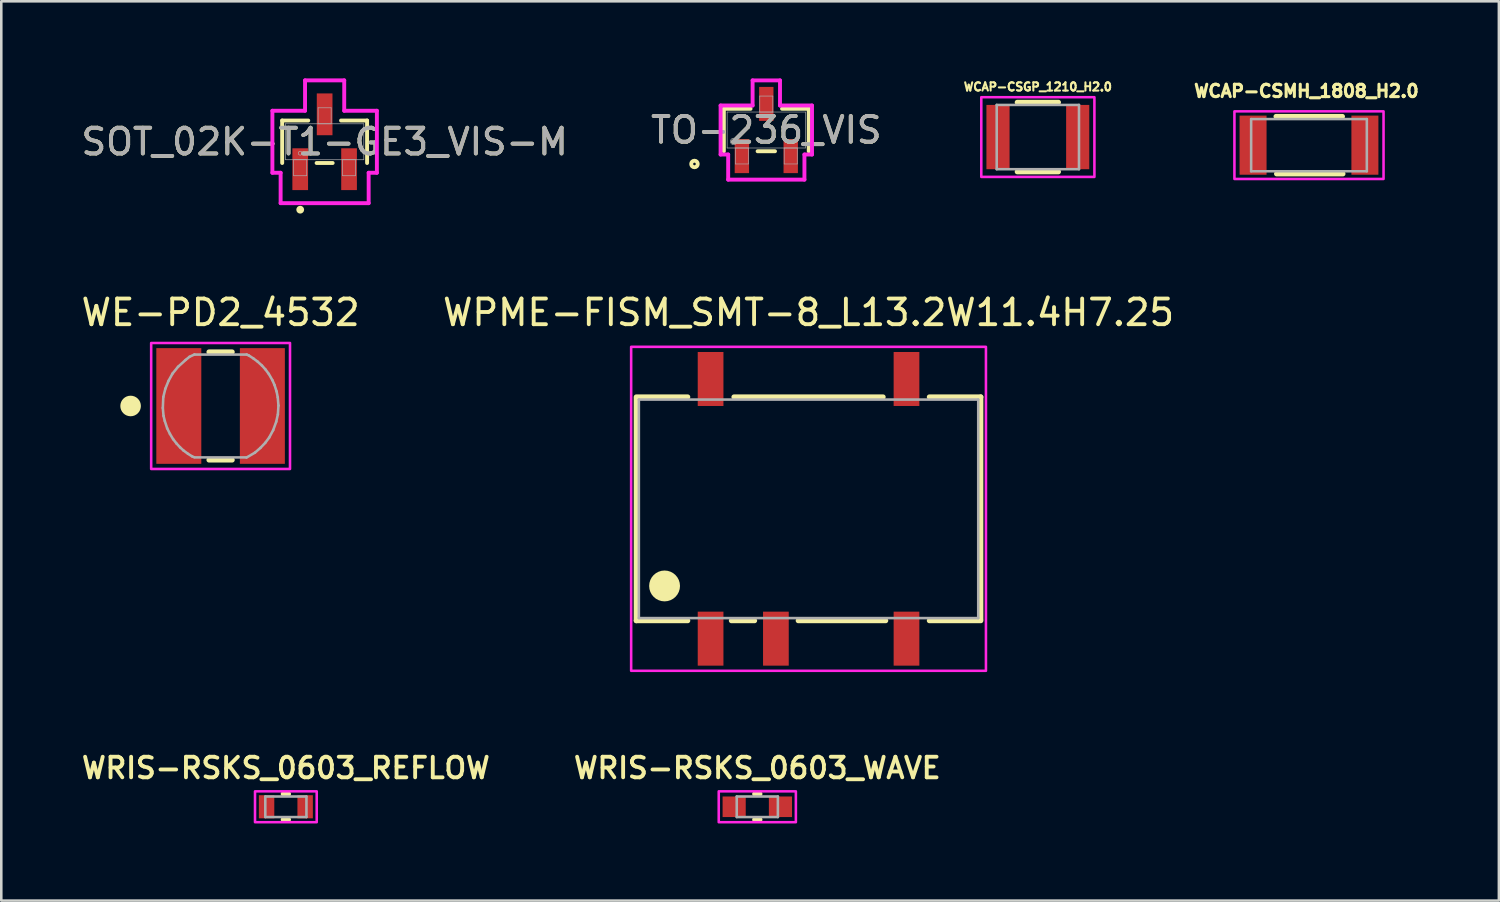
<source format=kicad_pcb>
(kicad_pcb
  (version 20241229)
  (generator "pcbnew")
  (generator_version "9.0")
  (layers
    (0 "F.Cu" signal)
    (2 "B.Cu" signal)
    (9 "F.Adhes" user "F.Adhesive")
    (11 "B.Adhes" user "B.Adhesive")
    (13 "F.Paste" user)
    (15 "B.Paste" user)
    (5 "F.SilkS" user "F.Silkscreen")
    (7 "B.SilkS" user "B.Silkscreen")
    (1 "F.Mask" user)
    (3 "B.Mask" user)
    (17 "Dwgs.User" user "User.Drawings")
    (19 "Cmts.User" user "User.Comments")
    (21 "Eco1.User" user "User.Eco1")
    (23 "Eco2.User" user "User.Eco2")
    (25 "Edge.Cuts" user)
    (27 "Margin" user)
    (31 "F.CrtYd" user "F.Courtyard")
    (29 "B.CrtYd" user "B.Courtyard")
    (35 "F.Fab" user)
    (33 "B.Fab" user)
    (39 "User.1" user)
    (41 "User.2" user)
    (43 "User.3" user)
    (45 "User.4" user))
  (footprint "WCAP-CSGP_1210_H2.0"
    (layer "F.Cu")
    (at 37.318 2.281)
    (property "Reference" "WCAP-CSGP_1210_H2.0" (at 0 -1.953 0) (layer "F.SilkS") (effects (font (size 0.32 0.32) (thickness 0.15))))
    (attr smd)
    (fp_line (start -0.8 -1.35) (end 0.8 -1.35) (stroke (width 0.2) (type solid)) (layer "F.SilkS"))
    (fp_line (start 0.8 1.35) (end -0.8 1.35) (stroke (width 0.2) (type solid)) (layer "F.SilkS"))
    (fp_poly (pts (xy -2.2 -1.55) (xy 2.2 -1.55) (xy 2.2 1.55) (xy -2.2 1.55)) (stroke (width 0.1) (type solid)) (fill no) (layer "F.CrtYd"))
    (fp_line (start -1.6 -1.25) (end -1.6 1.25) (stroke (width 0.1) (type solid)) (layer "F.Fab"))
    (fp_line (start -1.6 -1.25) (end 1.6 -1.25) (stroke (width 0.1) (type solid)) (layer "F.Fab"))
    (fp_line (start -1.6 1.25) (end 1.6 1.25) (stroke (width 0.1) (type solid)) (layer "F.Fab"))
    (fp_line (start 1.6 1.25) (end 1.6 -1.25) (stroke (width 0.1) (type solid)) (layer "F.Fab"))
    (pad "1" smd rect (at -1.55 0) (size 0.9 2.5) (layers "F.Cu" "F.Mask" "F.Paste"))
    (pad "2" smd rect (at 1.55 0) (size 0.9 2.5) (layers "F.Cu" "F.Mask" "F.Paste")))
  (footprint "TO-236_VIS"
    (layer "F.Cu")
    (at 26.756 2.007)
    (property "Reference" "TO-236_VIS" (at 0 0 0) (unlocked yes) (layer "F.SilkS") (effects (font (size 1 1) (thickness 0.15))))
    (attr smd)
    (fp_line (start -1.651 -0.826) (end -1.651 0.826) (stroke (width 0.152) (type solid)) (layer "F.SilkS"))
    (fp_line (start -0.612 -0.826) (end -1.651 -0.826) (stroke (width 0.152) (type solid)) (layer "F.SilkS"))
    (fp_line (start -0.338 0.826) (end 0.338 0.826) (stroke (width 0.152) (type solid)) (layer "F.SilkS"))
    (fp_line (start 1.651 -0.826) (end 0.612 -0.826) (stroke (width 0.152) (type solid)) (layer "F.SilkS"))
    (fp_line (start 1.651 0.826) (end 1.651 -0.826) (stroke (width 0.152) (type solid)) (layer "F.SilkS"))
    (fp_circle (center -2.794 1.321) (end -2.667 1.321) (stroke (width 0.152) (type solid)) (fill no) (layer "F.SilkS"))
    (fp_line (start -1.778 -0.953) (end -0.533 -0.953) (stroke (width 0.152) (type solid)) (layer "F.CrtYd"))
    (fp_line (start -1.778 0.953) (end -1.778 -0.953) (stroke (width 0.152) (type solid)) (layer "F.CrtYd"))
    (fp_line (start -1.778 0.953) (end -1.483 0.953) (stroke (width 0.152) (type solid)) (layer "F.CrtYd"))
    (fp_line (start -1.483 0.953) (end -1.483 1.93) (stroke (width 0.152) (type solid)) (layer "F.CrtYd"))
    (fp_line (start -1.483 1.93) (end 1.483 1.93) (stroke (width 0.152) (type solid)) (layer "F.CrtYd"))
    (fp_line (start -0.533 -1.93) (end 0.533 -1.93) (stroke (width 0.152) (type solid)) (layer "F.CrtYd"))
    (fp_line (start -0.533 -0.953) (end -0.533 -1.93) (stroke (width 0.152) (type solid)) (layer "F.CrtYd"))
    (fp_line (start 0.533 -0.953) (end 0.533 -1.93) (stroke (width 0.152) (type solid)) (layer "F.CrtYd"))
    (fp_line (start 1.483 0.953) (end 1.483 1.93) (stroke (width 0.152) (type solid)) (layer "F.CrtYd"))
    (fp_line (start 1.778 -0.953) (end 0.533 -0.953) (stroke (width 0.152) (type solid)) (layer "F.CrtYd"))
    (fp_line (start 1.778 -0.953) (end 1.778 0.953) (stroke (width 0.152) (type solid)) (layer "F.CrtYd"))
    (fp_line (start 1.778 0.953) (end 1.483 0.953) (stroke (width 0.152) (type solid)) (layer "F.CrtYd"))
    (fp_line (start -1.524 -0.699) (end -1.524 0.699) (stroke (width 0.025) (type solid)) (layer "F.Fab"))
    (fp_line (start -1.524 0.699) (end 1.524 0.699) (stroke (width 0.025) (type solid)) (layer "F.Fab"))
    (fp_line (start -1.204 0.699) (end -1.204 1.321) (stroke (width 0.025) (type solid)) (layer "F.Fab"))
    (fp_line (start -1.204 1.321) (end -0.696 1.321) (stroke (width 0.025) (type solid)) (layer "F.Fab"))
    (fp_line (start -0.696 0.699) (end -1.204 0.699) (stroke (width 0.025) (type solid)) (layer "F.Fab"))
    (fp_line (start -0.696 1.321) (end -0.696 0.699) (stroke (width 0.025) (type solid)) (layer "F.Fab"))
    (fp_line (start -0.254 -1.321) (end -0.254 -0.699) (stroke (width 0.025) (type solid)) (layer "F.Fab"))
    (fp_line (start -0.254 -0.699) (end 0.254 -0.699) (stroke (width 0.025) (type solid)) (layer "F.Fab"))
    (fp_line (start 0.254 -1.321) (end -0.254 -1.321) (stroke (width 0.025) (type solid)) (layer "F.Fab"))
    (fp_line (start 0.254 -0.699) (end 0.254 -1.321) (stroke (width 0.025) (type solid)) (layer "F.Fab"))
    (fp_line (start 0.696 0.699) (end 0.696 1.321) (stroke (width 0.025) (type solid)) (layer "F.Fab"))
    (fp_line (start 0.696 1.321) (end 1.204 1.321) (stroke (width 0.025) (type solid)) (layer "F.Fab"))
    (fp_line (start 1.204 0.699) (end 0.696 0.699) (stroke (width 0.025) (type solid)) (layer "F.Fab"))
    (fp_line (start 1.204 1.321) (end 1.204 0.699) (stroke (width 0.025) (type solid)) (layer "F.Fab"))
    (fp_line (start 1.524 -0.699) (end -1.524 -0.699) (stroke (width 0.025) (type solid)) (layer "F.Fab"))
    (fp_line (start 1.524 0.699) (end 1.524 -0.699) (stroke (width 0.025) (type solid)) (layer "F.Fab"))
    (fp_circle (center -1.27 0.445) (end -1.143 0.445) (stroke (width 0.025) (type solid)) (fill no) (layer "F.Fab"))
    (fp_text user "${REFERENCE}" (at 0 0 0) (unlocked yes) (layer "F.Fab") (effects (font (size 1 1) (thickness 0.15))))
    (pad "1" smd rect (at -0.95 1.016) (size 0.559 1.321) (layers "F.Cu" "F.Mask" "F.Paste"))
    (pad "2" smd rect (at 0.95 1.016) (size 0.559 1.321) (layers "F.Cu" "F.Mask" "F.Paste"))
    (pad "3" smd rect (at 0 -1.016) (size 0.559 1.321) (layers "F.Cu" "F.Mask" "F.Paste")))
  (footprint "WRIS-RSKS_0603_REFLOW"
    (layer "F.Cu")
    (at 8.069 28.33)
    (property "Reference" "WRIS-RSKS_0603_REFLOW" (at 0 -1.508 0) (layer "F.SilkS") (effects (font (size 0.8 0.8) (thickness 0.15))))
    (attr smd)
    (fp_line (start -0.1 -0.5) (end 0.1 -0.5) (stroke (width 0.2) (type solid)) (layer "F.SilkS"))
    (fp_line (start -0.1 0.5) (end 0.1 0.5) (stroke (width 0.2) (type solid)) (layer "F.SilkS"))
    (fp_poly (pts (xy -1.2 -0.6) (xy 1.2 -0.6) (xy 1.2 0.6) (xy -1.2 0.6)) (stroke (width 0.1) (type solid)) (fill no) (layer "F.CrtYd"))
    (fp_line (start -0.8 -0.4) (end 0.8 -0.4) (stroke (width 0.1) (type solid)) (layer "F.Fab"))
    (fp_line (start -0.8 0.4) (end -0.8 -0.4) (stroke (width 0.1) (type solid)) (layer "F.Fab"))
    (fp_line (start 0.8 -0.4) (end 0.8 0.4) (stroke (width 0.1) (type solid)) (layer "F.Fab"))
    (fp_line (start 0.8 0.4) (end -0.8 0.4) (stroke (width 0.1) (type solid)) (layer "F.Fab"))
    (pad "1" smd rect (at -0.75 0) (size 0.6 0.9) (layers "F.Cu" "F.Mask" "F.Paste"))
    (pad "2" smd rect (at 0.75 0) (size 0.6 0.9) (layers "F.Cu" "F.Mask" "F.Paste")))
  (footprint "SOT_02K-T1-GE3_VIS-M"
    (layer "F.Cu")
    (at 9.577 2.464)
    (property "Reference" "SOT_02K-T1-GE3_VIS-M" (at 0 0 0) (unlocked yes) (layer "F.SilkS") (effects (font (size 1 1) (thickness 0.15))))
    (attr smd)
    (fp_line (start -1.651 -0.826) (end -1.651 0.826) (stroke (width 0.152) (type solid)) (layer "F.SilkS"))
    (fp_line (start -0.638 -0.826) (end -1.651 -0.826) (stroke (width 0.152) (type solid)) (layer "F.SilkS"))
    (fp_line (start -0.312 0.826) (end 0.312 0.826) (stroke (width 0.152) (type solid)) (layer "F.SilkS"))
    (fp_line (start 1.651 -0.826) (end 0.638 -0.826) (stroke (width 0.152) (type solid)) (layer "F.SilkS"))
    (fp_line (start 1.651 0.826) (end 1.651 -0.826) (stroke (width 0.152) (type solid)) (layer "F.SilkS"))
    (fp_circle (center -0.95 2.642) (end -0.874 2.642) (stroke (width 0.152) (type solid)) (fill no) (layer "F.SilkS"))
    (fp_line (start -2.032 -1.206) (end -0.762 -1.206) (stroke (width 0.152) (type solid)) (layer "F.CrtYd"))
    (fp_line (start -2.032 1.206) (end -2.032 -1.206) (stroke (width 0.152) (type solid)) (layer "F.CrtYd"))
    (fp_line (start -2.032 1.206) (end -1.712 1.206) (stroke (width 0.152) (type solid)) (layer "F.CrtYd"))
    (fp_line (start -1.712 1.206) (end -1.712 2.388) (stroke (width 0.152) (type solid)) (layer "F.CrtYd"))
    (fp_line (start -1.712 2.388) (end 1.712 2.388) (stroke (width 0.152) (type solid)) (layer "F.CrtYd"))
    (fp_line (start -0.762 -2.388) (end 0.762 -2.388) (stroke (width 0.152) (type solid)) (layer "F.CrtYd"))
    (fp_line (start -0.762 -1.206) (end -0.762 -2.388) (stroke (width 0.152) (type solid)) (layer "F.CrtYd"))
    (fp_line (start 0.762 -1.206) (end 0.762 -2.388) (stroke (width 0.152) (type solid)) (layer "F.CrtYd"))
    (fp_line (start 1.712 1.206) (end 1.712 2.388) (stroke (width 0.152) (type solid)) (layer "F.CrtYd"))
    (fp_line (start 2.032 -1.206) (end 0.762 -1.206) (stroke (width 0.152) (type solid)) (layer "F.CrtYd"))
    (fp_line (start 2.032 -1.206) (end 2.032 1.206) (stroke (width 0.152) (type solid)) (layer "F.CrtYd"))
    (fp_line (start 2.032 1.206) (end 1.712 1.206) (stroke (width 0.152) (type solid)) (layer "F.CrtYd"))
    (fp_line (start -1.524 -0.699) (end -1.524 0.699) (stroke (width 0.025) (type solid)) (layer "F.Fab"))
    (fp_line (start -1.524 0.699) (end 1.524 0.699) (stroke (width 0.025) (type solid)) (layer "F.Fab"))
    (fp_line (start -1.204 0.699) (end -1.204 1.321) (stroke (width 0.025) (type solid)) (layer "F.Fab"))
    (fp_line (start -1.204 1.321) (end -0.696 1.321) (stroke (width 0.025) (type solid)) (layer "F.Fab"))
    (fp_line (start -0.696 0.699) (end -1.204 0.699) (stroke (width 0.025) (type solid)) (layer "F.Fab"))
    (fp_line (start -0.696 1.321) (end -0.696 0.699) (stroke (width 0.025) (type solid)) (layer "F.Fab"))
    (fp_line (start -0.254 -1.321) (end -0.254 -0.699) (stroke (width 0.025) (type solid)) (layer "F.Fab"))
    (fp_line (start -0.254 -0.699) (end 0.254 -0.699) (stroke (width 0.025) (type solid)) (layer "F.Fab"))
    (fp_line (start 0.254 -1.321) (end -0.254 -1.321) (stroke (width 0.025) (type solid)) (layer "F.Fab"))
    (fp_line (start 0.254 -0.699) (end 0.254 -1.321) (stroke (width 0.025) (type solid)) (layer "F.Fab"))
    (fp_line (start 0.696 0.699) (end 0.696 1.321) (stroke (width 0.025) (type solid)) (layer "F.Fab"))
    (fp_line (start 0.696 1.321) (end 1.204 1.321) (stroke (width 0.025) (type solid)) (layer "F.Fab"))
    (fp_line (start 1.204 0.699) (end 0.696 0.699) (stroke (width 0.025) (type solid)) (layer "F.Fab"))
    (fp_line (start 1.204 1.321) (end 1.204 0.699) (stroke (width 0.025) (type solid)) (layer "F.Fab"))
    (fp_line (start 1.524 -0.699) (end -1.524 -0.699) (stroke (width 0.025) (type solid)) (layer "F.Fab"))
    (fp_line (start 1.524 0.699) (end 1.524 -0.699) (stroke (width 0.025) (type solid)) (layer "F.Fab"))
    (fp_circle (center -0.95 0.445) (end -0.874 0.445) (stroke (width 0.025) (type solid)) (fill no) (layer "F.Fab"))
    (fp_text user "${REFERENCE}" (at 0 0 0) (unlocked yes) (layer "F.Fab") (effects (font (size 1 1) (thickness 0.15))))
    (pad "1" smd rect (at -0.95 1.067) (size 0.61 1.626) (layers "F.Cu" "F.Mask" "F.Paste"))
    (pad "2" smd rect (at 0.95 1.067) (size 0.61 1.626) (layers "F.Cu" "F.Mask" "F.Paste"))
    (pad "3" smd rect (at 0 -1.067) (size 0.61 1.626) (layers "F.Cu" "F.Mask" "F.Paste")))
  (footprint "WPME-FISM_SMT-8_L13.2W11.4H7.25"
    (layer "F.Cu")
    (at 28.399 16.741)
    (property "Reference" "WPME-FISM_SMT-8_L13.2W11.4H7.25" (at 0 -7.635 0) (layer "F.SilkS") (effects (font (size 1 1) (thickness 0.15))))
    (attr smd)
    (fp_line (start -6.7 -4.35) (end -4.7 -4.35) (stroke (width 0.2) (type solid)) (layer "F.SilkS"))
    (fp_line (start -6.7 -4.3) (end -6.7 4.35) (stroke (width 0.2) (type solid)) (layer "F.SilkS"))
    (fp_line (start -6.7 4.35) (end -4.7 4.35) (stroke (width 0.2) (type solid)) (layer "F.SilkS"))
    (fp_line (start -2.1 4.35) (end -3 4.35) (stroke (width 0.2) (type solid)) (layer "F.SilkS"))
    (fp_line (start 2.9 -4.35) (end -2.9 -4.35) (stroke (width 0.2) (type solid)) (layer "F.SilkS"))
    (fp_line (start 3 4.35) (end -0.4 4.35) (stroke (width 0.2) (type solid)) (layer "F.SilkS"))
    (fp_line (start 6.7 -4.35) (end 4.7 -4.35) (stroke (width 0.2) (type solid)) (layer "F.SilkS"))
    (fp_line (start 6.7 4.3) (end 6.7 -4.35) (stroke (width 0.2) (type solid)) (layer "F.SilkS"))
    (fp_line (start 6.7 4.35) (end 4.7 4.35) (stroke (width 0.2) (type solid)) (layer "F.SilkS"))
    (fp_circle (center -5.6 3) (end -5.3 3) (stroke (width 0.6) (type solid)) (fill no) (layer "F.SilkS"))
    (fp_poly (pts (xy -6.9 -6.3) (xy 6.9 -6.3) (xy 6.9 6.3) (xy -6.9 6.3)) (stroke (width 0.1) (type solid)) (fill no) (layer "F.CrtYd"))
    (fp_line (start -6.6 -4.25) (end 6.6 -4.25) (stroke (width 0.1) (type solid)) (layer "F.Fab"))
    (fp_line (start -6.6 4.25) (end -6.6 -4.25) (stroke (width 0.1) (type solid)) (layer "F.Fab"))
    (fp_line (start 6.6 -4.25) (end 6.6 4.25) (stroke (width 0.1) (type solid)) (layer "F.Fab"))
    (fp_line (start 6.6 4.25) (end -6.6 4.25) (stroke (width 0.1) (type solid)) (layer "F.Fab"))
    (pad "1" smd rect (at -3.81 5.05) (size 1 2.1) (layers "F.Cu" "F.Mask" "F.Paste"))
    (pad "2" smd rect (at -1.27 5.05) (size 1 2.1) (layers "F.Cu" "F.Mask" "F.Paste"))
    (pad "4" smd rect (at 3.81 5.05) (size 1 2.1) (layers "F.Cu" "F.Mask" "F.Paste"))
    (pad "5" smd rect (at 3.81 -5.05) (size 1 2.1) (layers "F.Cu" "F.Mask" "F.Paste"))
    (pad "8" smd rect (at -3.81 -5.05) (size 1 2.1) (layers "F.Cu" "F.Mask" "F.Paste")))
  (footprint "WRIS-RSKS_0603_WAVE"
    (layer "F.Cu")
    (at 26.406 28.33)
    (property "Reference" "WRIS-RSKS_0603_WAVE" (at 0 -1.508 0) (layer "F.SilkS") (effects (font (size 0.8 0.8) (thickness 0.15))))
    (attr smd)
    (fp_line (start -0.1 -0.5) (end 0.1 -0.5) (stroke (width 0.2) (type solid)) (layer "F.SilkS"))
    (fp_line (start -0.1 0.5) (end 0.1 0.5) (stroke (width 0.2) (type solid)) (layer "F.SilkS"))
    (fp_poly (pts (xy -1.5 -0.6) (xy 1.5 -0.6) (xy 1.5 0.6) (xy -1.5 0.6)) (stroke (width 0.1) (type solid)) (fill no) (layer "F.CrtYd"))
    (fp_line (start -0.8 -0.4) (end 0.8 -0.4) (stroke (width 0.1) (type solid)) (layer "F.Fab"))
    (fp_line (start -0.8 0.4) (end -0.8 -0.4) (stroke (width 0.1) (type solid)) (layer "F.Fab"))
    (fp_line (start 0.8 -0.4) (end 0.8 0.4) (stroke (width 0.1) (type solid)) (layer "F.Fab"))
    (fp_line (start 0.8 0.4) (end -0.8 0.4) (stroke (width 0.1) (type solid)) (layer "F.Fab"))
    (pad "1" smd rect (at -0.9 0) (size 0.9 0.8) (layers "F.Cu" "F.Mask" "F.Paste"))
    (pad "2" smd rect (at 0.9 0) (size 0.9 0.8) (layers "F.Cu" "F.Mask" "F.Paste")))
  (footprint "WCAP-CSMH_1808_H2.0"
    (layer "F.Cu")
    (at 47.864 2.596)
    (property "Reference" "WCAP-CSMH_1808_H2.0" (at -0.1 -2.105 0) (layer "F.SilkS") (effects (font (size 0.48 0.48) (thickness 0.15))))
    (attr smd)
    (fp_line (start -1.28 -1.115) (end 1.3 -1.115) (stroke (width 0.2) (type solid)) (layer "F.SilkS"))
    (fp_line (start -1.26 1.115) (end 1.32 1.115) (stroke (width 0.2) (type solid)) (layer "F.SilkS"))
    (fp_poly (pts (xy -2.9 -1.315) (xy 2.9 -1.315) (xy 2.9 1.315) (xy -2.9 1.315)) (stroke (width 0.1) (type solid)) (fill no) (layer "F.CrtYd"))
    (fp_line (start -2.25 -1.015) (end 2.25 -1.015) (stroke (width 0.1) (type solid)) (layer "F.Fab"))
    (fp_line (start -2.25 1.015) (end -2.25 -1.015) (stroke (width 0.1) (type solid)) (layer "F.Fab"))
    (fp_line (start 2.25 -1.015) (end 2.25 1.015) (stroke (width 0.1) (type solid)) (layer "F.Fab"))
    (fp_line (start 2.25 1.015) (end -2.25 1.015) (stroke (width 0.1) (type solid)) (layer "F.Fab"))
    (pad "1" smd rect (at -2.175 0) (size 1.05 2.3) (layers "F.Cu" "F.Mask" "F.Paste"))
    (pad "2" smd rect (at 2.175 0) (size 1.05 2.3) (layers "F.Cu" "F.Mask" "F.Paste")))
  (footprint "WE-PD2_4532"
    (layer "F.Cu")
    (at 5.53 12.741)
    (property "Reference" "WE-PD2_4532" (at 0 -3.635 0) (layer "F.SilkS") (effects (font (size 1 1) (thickness 0.15))))
    (attr smd)
    (fp_line (start -0.45 -2.1) (end 0.45 -2.1) (stroke (width 0.2) (type solid)) (layer "F.SilkS"))
    (fp_line (start -0.45 2.1) (end 0.45 2.1) (stroke (width 0.2) (type solid)) (layer "F.SilkS"))
    (fp_circle (center -3.5 0) (end -3.3 0) (stroke (width 0.4) (type solid)) (fill no) (layer "F.SilkS"))
    (fp_poly (pts (xy -2.7 -2.45) (xy 2.7 -2.45) (xy 2.7 2.45) (xy -2.7 2.45)) (stroke (width 0.1) (type solid)) (fill no) (layer "F.CrtYd"))
    (fp_line (start -2.247 0.077) (end -2.228 -0.35) (stroke (width 0.1) (type solid)) (layer "F.Fab"))
    (fp_line (start -2.228 -0.35) (end -2.147 -0.676) (stroke (width 0.1) (type solid)) (layer "F.Fab"))
    (fp_line (start -2.219 0.387) (end -2.247 0.077) (stroke (width 0.1) (type solid)) (layer "F.Fab"))
    (fp_line (start -2.171 0.583) (end -2.219 0.387) (stroke (width 0.1) (type solid)) (layer "F.Fab"))
    (fp_line (start -2.147 -0.676) (end -2.023 -0.981) (stroke (width 0.1) (type solid)) (layer "F.Fab"))
    (fp_line (start -2.078 0.868) (end -2.171 0.583) (stroke (width 0.1) (type solid)) (layer "F.Fab"))
    (fp_line (start -2.023 -0.981) (end -1.869 -1.261) (stroke (width 0.1) (type solid)) (layer "F.Fab"))
    (fp_line (start -1.971 1.084) (end -2.078 0.868) (stroke (width 0.1) (type solid)) (layer "F.Fab"))
    (fp_line (start -1.869 -1.261) (end -1.655 -1.524) (stroke (width 0.1) (type solid)) (layer "F.Fab"))
    (fp_line (start -1.845 1.293) (end -1.971 1.084) (stroke (width 0.1) (type solid)) (layer "F.Fab"))
    (fp_line (start -1.712 1.462) (end -1.845 1.293) (stroke (width 0.1) (type solid)) (layer "F.Fab"))
    (fp_line (start -1.655 -1.524) (end -1.361 -1.79) (stroke (width 0.1) (type solid)) (layer "F.Fab"))
    (fp_line (start -1.573 1.612) (end -1.712 1.462) (stroke (width 0.1) (type solid)) (layer "F.Fab"))
    (fp_line (start -1.442 1.732) (end -1.573 1.612) (stroke (width 0.1) (type solid)) (layer "F.Fab"))
    (fp_line (start -1.361 -1.79) (end -1.209 -1.913) (stroke (width 0.1) (type solid)) (layer "F.Fab"))
    (fp_line (start -1.269 1.859) (end -1.442 1.732) (stroke (width 0.1) (type solid)) (layer "F.Fab"))
    (fp_line (start -1.209 -1.913) (end -1.014 -2.005) (stroke (width 0.1) (type solid)) (layer "F.Fab"))
    (fp_line (start -1.109 1.959) (end -1.269 1.859) (stroke (width 0.1) (type solid)) (layer "F.Fab"))
    (fp_line (start -1.031 1.994) (end -1.109 1.959) (stroke (width 0.1) (type solid)) (layer "F.Fab"))
    (fp_line (start -1.02 -2) (end 1.02 -2) (stroke (width 0.1) (type solid)) (layer "F.Fab"))
    (fp_line (start 1 2) (end -1 2) (stroke (width 0.1) (type solid)) (layer "F.Fab"))
    (fp_line (start 1.013 -2.002) (end 1.1 -1.964) (stroke (width 0.1) (type solid)) (layer "F.Fab"))
    (fp_line (start 1.1 -1.964) (end 1.274 -1.85) (stroke (width 0.1) (type solid)) (layer "F.Fab"))
    (fp_line (start 1.274 -1.85) (end 1.447 -1.72) (stroke (width 0.1) (type solid)) (layer "F.Fab"))
    (fp_line (start 1.338 1.813) (end 1.009 2.006) (stroke (width 0.1) (type solid)) (layer "F.Fab"))
    (fp_line (start 1.447 -1.72) (end 1.609 -1.572) (stroke (width 0.1) (type solid)) (layer "F.Fab"))
    (fp_line (start 1.55 1.629) (end 1.338 1.813) (stroke (width 0.1) (type solid)) (layer "F.Fab"))
    (fp_line (start 1.609 -1.572) (end 1.74 -1.427) (stroke (width 0.1) (type solid)) (layer "F.Fab"))
    (fp_line (start 1.737 1.433) (end 1.55 1.629) (stroke (width 0.1) (type solid)) (layer "F.Fab"))
    (fp_line (start 1.74 -1.427) (end 1.876 -1.245) (stroke (width 0.1) (type solid)) (layer "F.Fab"))
    (fp_line (start 1.876 -1.245) (end 2.015 -1.003) (stroke (width 0.1) (type solid)) (layer "F.Fab"))
    (fp_line (start 1.89 1.228) (end 1.737 1.433) (stroke (width 0.1) (type solid)) (layer "F.Fab"))
    (fp_line (start 2.015 -1.003) (end 2.097 -0.817) (stroke (width 0.1) (type solid)) (layer "F.Fab"))
    (fp_line (start 2.045 0.94) (end 1.89 1.228) (stroke (width 0.1) (type solid)) (layer "F.Fab"))
    (fp_line (start 2.097 -0.817) (end 2.178 -0.566) (stroke (width 0.1) (type solid)) (layer "F.Fab"))
    (fp_line (start 2.164 0.612) (end 2.045 0.94) (stroke (width 0.1) (type solid)) (layer "F.Fab"))
    (fp_line (start 2.178 -0.566) (end 2.223 -0.337) (stroke (width 0.1) (type solid)) (layer "F.Fab"))
    (fp_line (start 2.223 -0.337) (end 2.251 -0.014) (stroke (width 0.1) (type solid)) (layer "F.Fab"))
    (fp_line (start 2.228 0.33) (end 2.164 0.612) (stroke (width 0.1) (type solid)) (layer "F.Fab"))
    (fp_line (start 2.251 -0.014) (end 2.228 0.33) (stroke (width 0.1) (type solid)) (layer "F.Fab"))
    (pad "1" smd rect (at -1.625 0 90) (size 4.5 1.75) (layers "F.Cu" "F.Mask" "F.Paste"))
    (pad "2" smd rect (at 1.625 0 90) (size 4.5 1.75) (layers "F.Cu" "F.Mask" "F.Paste"))
    (zone (net_name "") (layer "F.Cu") (hatch full 0.508) (connect_pads) (min_thickness 0.1) (filled_areas_thickness no) (keepout (tracks not_allowed) (vias not_allowed) (pads not_allowed) (copperpour not_allowed) (footprints allowed)) (placement (enabled no)) (fill) (polygon (pts (xy 4.83 10.491) (xy 6.23 10.491) (xy 6.23 14.991) (xy 4.83 14.991))))
    (zone (net_name "") (layers "F.Cu" "B.Cu") (hatch full 0.508) (connect_pads) (min_thickness 0.1) (filled_areas_thickness no) (keepout (tracks allowed) (vias not_allowed) (pads allowed) (copperpour allowed) (footprints allowed)) (placement (enabled no)) (fill) (polygon (pts (xy 4.83 10.591) (xy 6.23 10.491) (xy 6.23 14.991) (xy 4.83 15.091)))))
  (gr_rect
    (start -3 -3)
    (end 55.25 31.98)
    (stroke (width 0.1) (type default))
    (fill no)
    (layer "Edge.Cuts")))
</source>
